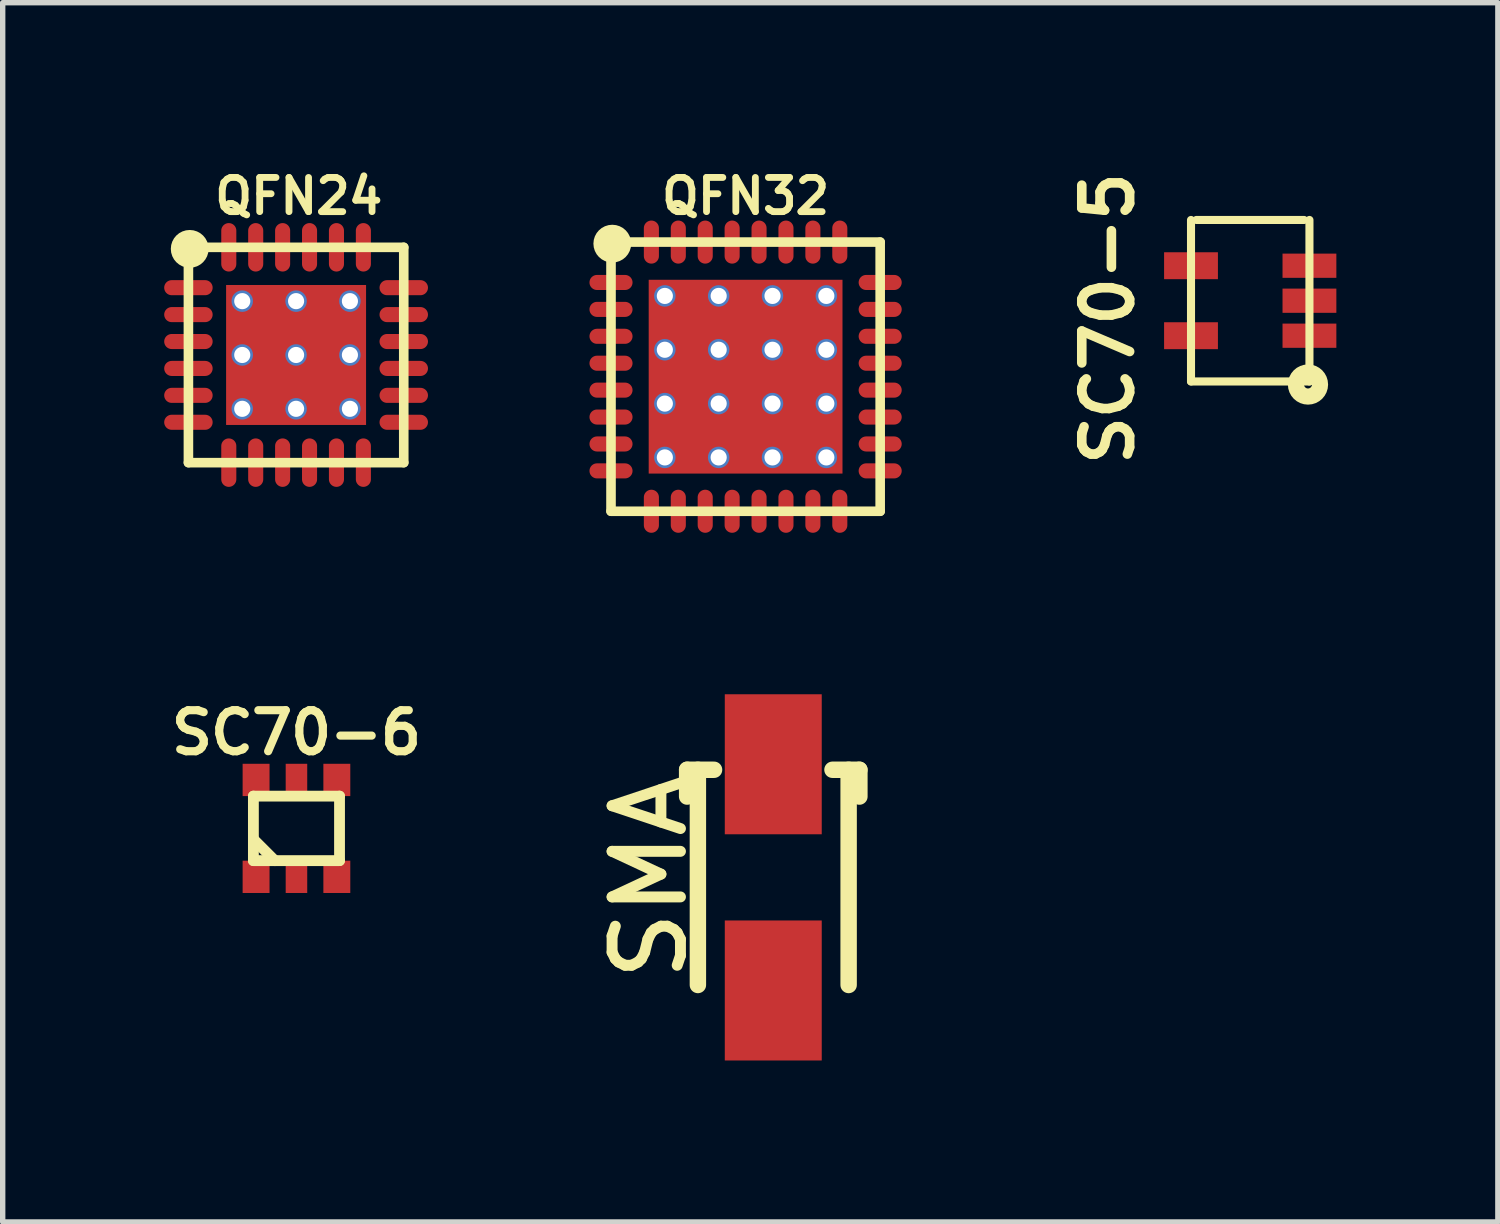
<source format=kicad_pcb>
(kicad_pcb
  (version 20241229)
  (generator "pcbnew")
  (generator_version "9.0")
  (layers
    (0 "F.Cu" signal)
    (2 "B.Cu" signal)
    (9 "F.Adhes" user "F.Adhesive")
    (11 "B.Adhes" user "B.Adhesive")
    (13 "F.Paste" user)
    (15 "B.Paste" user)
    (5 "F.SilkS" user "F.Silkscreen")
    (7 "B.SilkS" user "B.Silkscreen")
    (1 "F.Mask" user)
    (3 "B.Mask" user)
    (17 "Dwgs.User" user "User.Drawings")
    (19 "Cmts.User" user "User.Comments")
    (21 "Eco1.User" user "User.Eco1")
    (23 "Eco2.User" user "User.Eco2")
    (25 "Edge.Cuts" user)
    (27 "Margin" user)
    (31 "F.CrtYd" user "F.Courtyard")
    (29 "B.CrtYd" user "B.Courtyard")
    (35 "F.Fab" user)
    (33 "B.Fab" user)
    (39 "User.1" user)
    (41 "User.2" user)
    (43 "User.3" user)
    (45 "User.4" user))
  (footprint "QFN32"
    (layer "F.Cu")
    (at 10.8 3.947)
    (property "Reference" "QFN32" (at 0 -3.353 0) (layer "F.SilkS") (effects (font (size 0.635 0.635) (thickness 0.127))))
    (attr smd)
    (fp_line (start -2.5 -2.5) (end 2.5 -2.5) (stroke (width 0.178) (type solid)) (layer "F.SilkS"))
    (fp_line (start -2.5 2.5) (end -2.5 -2.5) (stroke (width 0.178) (type solid)) (layer "F.SilkS"))
    (fp_line (start 2.5 -2.5) (end 2.5 2.5) (stroke (width 0.178) (type solid)) (layer "F.SilkS"))
    (fp_line (start 2.5 2.5) (end -2.5 2.5) (stroke (width 0.178) (type solid)) (layer "F.SilkS"))
    (fp_circle (center -2.476 -2.471) (end -2.476 -2.27) (stroke (width 0.3) (type solid)) (fill no) (layer "F.SilkS"))
    (pad "" smd circle (at -1 -1 270) (size 0.762 0.762) (layers "F.Paste"))
    (pad "" smd circle (at -1 0 270) (size 0.762 0.762) (layers "F.Paste"))
    (pad "" smd circle (at -1 1 270) (size 0.762 0.762) (layers "F.Paste"))
    (pad "" smd circle (at 0 -1 270) (size 0.762 0.762) (layers "F.Paste"))
    (pad "" smd circle (at 0 0 270) (size 0.762 0.762) (layers "F.Paste"))
    (pad "" smd circle (at 0 1 270) (size 0.762 0.762) (layers "F.Paste"))
    (pad "" smd circle (at 1 -1 270) (size 0.762 0.762) (layers "F.Paste"))
    (pad "" smd circle (at 1 0 270) (size 0.762 0.762) (layers "F.Paste"))
    (pad "" smd circle (at 1 1 270) (size 0.762 0.762) (layers "F.Paste"))
    (pad "1" smd oval (at -2.5 -1.75) (size 0.8 0.28) (layers "F.Cu" "F.Mask" "F.Paste"))
    (pad "2" smd oval (at -2.5 -1.25) (size 0.8 0.28) (layers "F.Cu" "F.Mask" "F.Paste"))
    (pad "3" smd oval (at -2.5 -0.75) (size 0.8 0.28) (layers "F.Cu" "F.Mask" "F.Paste"))
    (pad "4" smd oval (at -2.5 -0.25) (size 0.8 0.28) (layers "F.Cu" "F.Mask" "F.Paste"))
    (pad "5" smd oval (at -2.5 0.25) (size 0.8 0.28) (layers "F.Cu" "F.Mask" "F.Paste"))
    (pad "6" smd oval (at -2.5 0.75) (size 0.8 0.28) (layers "F.Cu" "F.Mask" "F.Paste"))
    (pad "7" smd oval (at -2.5 1.25) (size 0.8 0.28) (layers "F.Cu" "F.Mask" "F.Paste"))
    (pad "8" smd oval (at -2.5 1.75) (size 0.8 0.28) (layers "F.Cu" "F.Mask" "F.Paste"))
    (pad "9" smd oval (at -1.75 2.5 90) (size 0.8 0.28) (layers "F.Cu" "F.Mask" "F.Paste"))
    (pad "10" smd oval (at -1.25 2.5 90) (size 0.8 0.28) (layers "F.Cu" "F.Mask" "F.Paste"))
    (pad "11" smd oval (at -0.75 2.5 90) (size 0.8 0.28) (layers "F.Cu" "F.Mask" "F.Paste"))
    (pad "12" smd oval (at -0.25 2.5 90) (size 0.8 0.28) (layers "F.Cu" "F.Mask" "F.Paste"))
    (pad "13" smd oval (at 0.25 2.5 90) (size 0.8 0.28) (layers "F.Cu" "F.Mask" "F.Paste"))
    (pad "14" smd oval (at 0.75 2.5 90) (size 0.8 0.28) (layers "F.Cu" "F.Mask" "F.Paste"))
    (pad "15" smd oval (at 1.25 2.5 90) (size 0.8 0.28) (layers "F.Cu" "F.Mask" "F.Paste"))
    (pad "16" smd oval (at 1.75 2.5 90) (size 0.8 0.28) (layers "F.Cu" "F.Mask" "F.Paste"))
    (pad "17" smd oval (at 2.5 1.75 180) (size 0.8 0.28) (layers "F.Cu" "F.Mask" "F.Paste"))
    (pad "18" smd oval (at 2.5 1.25 180) (size 0.8 0.28) (layers "F.Cu" "F.Mask" "F.Paste"))
    (pad "19" smd oval (at 2.5 0.75 180) (size 0.8 0.28) (layers "F.Cu" "F.Mask" "F.Paste"))
    (pad "20" smd oval (at 2.5 0.25 180) (size 0.8 0.28) (layers "F.Cu" "F.Mask" "F.Paste"))
    (pad "21" smd oval (at 2.5 -0.25 180) (size 0.8 0.28) (layers "F.Cu" "F.Mask" "F.Paste"))
    (pad "22" smd oval (at 2.5 -0.75 180) (size 0.8 0.28) (layers "F.Cu" "F.Mask" "F.Paste"))
    (pad "23" smd oval (at 2.5 -1.25 180) (size 0.8 0.28) (layers "F.Cu" "F.Mask" "F.Paste"))
    (pad "24" smd oval (at 2.5 -1.75 180) (size 0.8 0.28) (layers "F.Cu" "F.Mask" "F.Paste"))
    (pad "25" smd oval (at 1.75 -2.5 270) (size 0.8 0.28) (layers "F.Cu" "F.Mask" "F.Paste"))
    (pad "26" smd oval (at 1.25 -2.5 270) (size 0.8 0.28) (layers "F.Cu" "F.Mask" "F.Paste"))
    (pad "27" smd oval (at 0.75 -2.5 270) (size 0.8 0.28) (layers "F.Cu" "F.Mask" "F.Paste"))
    (pad "28" smd oval (at 0.25 -2.5 270) (size 0.8 0.28) (layers "F.Cu" "F.Mask" "F.Paste"))
    (pad "29" smd oval (at -0.25 -2.5 270) (size 0.8 0.28) (layers "F.Cu" "F.Mask" "F.Paste"))
    (pad "30" smd oval (at -0.75 -2.5 270) (size 0.8 0.28) (layers "F.Cu" "F.Mask" "F.Paste"))
    (pad "31" smd oval (at -1.25 -2.5 270) (size 0.8 0.28) (layers "F.Cu" "F.Mask" "F.Paste"))
    (pad "32" smd oval (at -1.75 -2.5 270) (size 0.8 0.28) (layers "F.Cu" "F.Mask" "F.Paste"))
    (pad "200" thru_hole circle (at -1.5 -1.5 90) (size 0.399 0.399) (drill 0.3) (layers "*.Cu"))
    (pad "200" thru_hole circle (at -1.5 -0.5 90) (size 0.399 0.399) (drill 0.3) (layers "*.Cu"))
    (pad "200" thru_hole circle (at -1.5 0.5 90) (size 0.399 0.399) (drill 0.3) (layers "*.Cu"))
    (pad "200" thru_hole circle (at -1.5 1.5 90) (size 0.399 0.399) (drill 0.3) (layers "*.Cu"))
    (pad "200" thru_hole circle (at -0.5 -1.5 90) (size 0.399 0.399) (drill 0.3) (layers "*.Cu"))
    (pad "200" thru_hole circle (at -0.5 -0.5 90) (size 0.399 0.399) (drill 0.3) (layers "*.Cu"))
    (pad "200" thru_hole circle (at -0.5 0.5 90) (size 0.399 0.399) (drill 0.3) (layers "*.Cu"))
    (pad "200" thru_hole circle (at -0.5 1.5 90) (size 0.399 0.399) (drill 0.3) (layers "*.Cu"))
    (pad "200" smd rect (at 0 0 270) (size 3.6 3.6) (layers "F.Cu" "F.Mask"))
    (pad "200" thru_hole circle (at 0.5 -1.5 90) (size 0.399 0.399) (drill 0.3) (layers "*.Cu"))
    (pad "200" thru_hole circle (at 0.5 -0.5 90) (size 0.399 0.399) (drill 0.3) (layers "*.Cu"))
    (pad "200" thru_hole circle (at 0.5 0.5 90) (size 0.399 0.399) (drill 0.3) (layers "*.Cu"))
    (pad "200" thru_hole circle (at 0.5 1.5 90) (size 0.399 0.399) (drill 0.3) (layers "*.Cu"))
    (pad "200" thru_hole circle (at 1.5 -1.5 90) (size 0.399 0.399) (drill 0.3) (layers "*.Cu"))
    (pad "200" thru_hole circle (at 1.5 -0.5 90) (size 0.399 0.399) (drill 0.3) (layers "*.Cu"))
    (pad "200" thru_hole circle (at 1.5 0.5 90) (size 0.399 0.399) (drill 0.3) (layers "*.Cu"))
    (pad "200" thru_hole circle (at 1.5 1.5 90) (size 0.399 0.399) (drill 0.3) (layers "*.Cu")))
  (footprint "QFN24"
    (layer "F.Cu")
    (at 2.45 3.544)
    (property "Reference" "QFN24" (at 0.05 -2.95 0) (layer "F.SilkS") (effects (font (size 0.635 0.635) (thickness 0.127))))
    (attr smd)
    (fp_line (start -2 -2) (end 2 -2) (stroke (width 0.178) (type solid)) (layer "F.SilkS"))
    (fp_line (start -2 2) (end -2 -2) (stroke (width 0.178) (type solid)) (layer "F.SilkS"))
    (fp_line (start 2 -2) (end 2 2) (stroke (width 0.178) (type solid)) (layer "F.SilkS"))
    (fp_line (start 2 2) (end -2 2) (stroke (width 0.178) (type solid)) (layer "F.SilkS"))
    (fp_circle (center -1.976 -1.971) (end -1.976 -1.77) (stroke (width 0.3) (type solid)) (fill no) (layer "F.SilkS"))
    (pad "" smd roundrect (at -0.5 -0.5 270) (size 0.9 0.9) (layers "F.Paste") (roundrect_rratio 0.25))
    (pad "" smd roundrect (at -0.5 0.5 270) (size 0.9 0.9) (layers "F.Paste") (roundrect_rratio 0.25))
    (pad "" smd roundrect (at 0.5 -0.5 270) (size 0.9 0.9) (layers "F.Paste") (roundrect_rratio 0.25))
    (pad "" smd roundrect (at 0.5 0.5 270) (size 0.9 0.9) (layers "F.Paste") (roundrect_rratio 0.25))
    (pad "1" smd oval (at -2 -1.25) (size 0.9 0.28) (layers "F.Cu" "F.Mask" "F.Paste"))
    (pad "2" smd oval (at -2 -0.75) (size 0.9 0.28) (layers "F.Cu" "F.Mask" "F.Paste"))
    (pad "3" smd oval (at -2 -0.25) (size 0.9 0.28) (layers "F.Cu" "F.Mask" "F.Paste"))
    (pad "4" smd oval (at -2 0.25) (size 0.9 0.28) (layers "F.Cu" "F.Mask" "F.Paste"))
    (pad "5" smd oval (at -2 0.75) (size 0.9 0.28) (layers "F.Cu" "F.Mask" "F.Paste"))
    (pad "6" smd oval (at -2 1.25) (size 0.9 0.28) (layers "F.Cu" "F.Mask" "F.Paste"))
    (pad "7" smd oval (at -1.25 2) (size 0.28 0.9) (layers "F.Cu" "F.Mask" "F.Paste"))
    (pad "8" smd oval (at -0.75 2) (size 0.28 0.9) (layers "F.Cu" "F.Mask" "F.Paste"))
    (pad "9" smd oval (at -0.25 2) (size 0.28 0.9) (layers "F.Cu" "F.Mask" "F.Paste"))
    (pad "10" smd oval (at 0.25 2) (size 0.28 0.9) (layers "F.Cu" "F.Mask" "F.Paste"))
    (pad "11" smd oval (at 0.75 2) (size 0.28 0.9) (layers "F.Cu" "F.Mask" "F.Paste"))
    (pad "12" smd oval (at 1.25 2) (size 0.28 0.9) (layers "F.Cu" "F.Mask" "F.Paste"))
    (pad "13" smd oval (at 2 1.25) (size 0.9 0.28) (layers "F.Cu" "F.Mask" "F.Paste"))
    (pad "14" smd oval (at 2 0.75) (size 0.9 0.28) (layers "F.Cu" "F.Mask" "F.Paste"))
    (pad "15" smd oval (at 2 0.25) (size 0.9 0.28) (layers "F.Cu" "F.Mask" "F.Paste"))
    (pad "16" smd oval (at 2 -0.25) (size 0.9 0.28) (layers "F.Cu" "F.Mask" "F.Paste"))
    (pad "17" smd oval (at 2 -0.75) (size 0.9 0.28) (layers "F.Cu" "F.Mask" "F.Paste"))
    (pad "18" smd oval (at 2 -1.25) (size 0.9 0.28) (layers "F.Cu" "F.Mask" "F.Paste"))
    (pad "19" smd oval (at 1.25 -2) (size 0.28 0.9) (layers "F.Cu" "F.Mask" "F.Paste"))
    (pad "20" smd oval (at 0.75 -2) (size 0.28 0.9) (layers "F.Cu" "F.Mask" "F.Paste"))
    (pad "21" smd oval (at 0.25 -2) (size 0.28 0.9) (layers "F.Cu" "F.Mask" "F.Paste"))
    (pad "22" smd oval (at -0.25 -2) (size 0.28 0.9) (layers "F.Cu" "F.Mask" "F.Paste"))
    (pad "23" smd oval (at -0.75 -2) (size 0.28 0.9) (layers "F.Cu" "F.Mask" "F.Paste"))
    (pad "24" smd oval (at -1.25 -2) (size 0.28 0.9) (layers "F.Cu" "F.Mask" "F.Paste"))
    (pad "Ep" thru_hole circle (at -1 -1 90) (size 0.399 0.399) (drill 0.3) (layers "*.Cu"))
    (pad "Ep" thru_hole circle (at -1 0 90) (size 0.399 0.399) (drill 0.3) (layers "*.Cu"))
    (pad "Ep" thru_hole circle (at -1 1 90) (size 0.399 0.399) (drill 0.3) (layers "*.Cu"))
    (pad "Ep" thru_hole circle (at 0 -1 90) (size 0.399 0.399) (drill 0.3) (layers "*.Cu"))
    (pad "Ep" thru_hole circle (at 0 0 90) (size 0.399 0.399) (drill 0.3) (layers "*.Cu"))
    (pad "Ep" smd rect (at 0 0) (size 2.6 2.6) (layers "F.Cu" "F.Mask"))
    (pad "Ep" thru_hole circle (at 0 1 90) (size 0.399 0.399) (drill 0.3) (layers "*.Cu"))
    (pad "Ep" thru_hole circle (at 1 -1 90) (size 0.399 0.399) (drill 0.3) (layers "*.Cu"))
    (pad "Ep" thru_hole circle (at 1 0 90) (size 0.399 0.399) (drill 0.3) (layers "*.Cu"))
    (pad "Ep" thru_hole circle (at 1 1 90) (size 0.399 0.399) (drill 0.3) (layers "*.Cu")))
  (footprint "SC70-5"
    (layer "F.Cu")
    (at 20.174 2.536)
    (property "Reference" "SC70-5" (at -2.642 0.33 90) (layer "F.SilkS") (effects (font (size 0.889 0.889) (thickness 0.178))))
    (attr smd)
    (fp_line (start -1.1 1.5) (end -1.1 -1.5) (stroke (width 0.15) (type solid)) (layer "F.SilkS"))
    (fp_line (start -1 -1.5) (end 1 -1.5) (stroke (width 0.15) (type solid)) (layer "F.SilkS"))
    (fp_line (start 1.1 -1.5) (end 1.1 1.5) (stroke (width 0.15) (type solid)) (layer "F.SilkS"))
    (fp_line (start 1.1 1.5) (end -1.1 1.5) (stroke (width 0.15) (type solid)) (layer "F.SilkS"))
    (fp_circle (center 1.073 1.557) (end 0.873 1.457) (stroke (width 0.3) (type solid)) (fill no) (layer "F.SilkS"))
    (pad "1" smd rect (at 1.1 0.65 90) (size 0.45 1) (layers "F.Cu" "F.Mask" "F.Paste"))
    (pad "2" smd rect (at 1.1 0 90) (size 0.45 1) (layers "F.Cu" "F.Mask" "F.Paste"))
    (pad "3" smd rect (at 1.1 -0.65 90) (size 0.45 1) (layers "F.Cu" "F.Mask" "F.Paste"))
    (pad "4" smd rect (at -1.1 -0.65 90) (size 0.5 1) (layers "F.Cu" "F.Mask" "F.Paste"))
    (pad "5" smd rect (at -1.1 0.65 90) (size 0.5 1) (layers "F.Cu" "F.Mask" "F.Paste")))
  (footprint "SMA"
    (layer "F.Cu")
    (at 11.314 13.248)
    (property "Reference" "SMA" (at -2.301 0 90) (layer "F.SilkS") (effects (font (size 1.27 1.27) (thickness 0.203))))
    (attr smd)
    (fp_line (start -1.6 -1.999) (end -1.6 -1.501) (stroke (width 0.305) (type solid)) (layer "F.SilkS"))
    (fp_line (start -1.4 -1.999) (end -1.4 1.999) (stroke (width 0.305) (type solid)) (layer "F.SilkS"))
    (fp_line (start -1.1 -1.999) (end -1.6 -1.999) (stroke (width 0.305) (type solid)) (layer "F.SilkS"))
    (fp_line (start 1.1 -1.999) (end 1.6 -1.999) (stroke (width 0.305) (type solid)) (layer "F.SilkS"))
    (fp_line (start 1.4 1.999) (end 1.4 -1.999) (stroke (width 0.305) (type solid)) (layer "F.SilkS"))
    (fp_line (start 1.6 -1.999) (end 1.6 -1.501) (stroke (width 0.305) (type solid)) (layer "F.SilkS"))
    (pad "1" smd rect (at 0 -2.101) (size 1.801 2.601) (layers "F.Cu" "F.Mask" "F.Paste"))
    (pad "2" smd rect (at 0 2.101) (size 1.801 2.601) (layers "F.Cu" "F.Mask" "F.Paste")))
  (footprint "SC70-6"
    (layer "F.Cu")
    (at 2.457 12.338)
    (property "Reference" "SC70-6" (at 0 -1.778 0) (layer "F.SilkS") (effects (font (size 0.762 0.762) (thickness 0.152))))
    (attr through_hole)
    (fp_line (start -0.8 -0.599) (end -0.8 0.599) (stroke (width 0.201) (type solid)) (layer "F.SilkS"))
    (fp_line (start -0.8 0.599) (end 0.8 0.599) (stroke (width 0.201) (type solid)) (layer "F.SilkS"))
    (fp_line (start -0.4 0.6) (end -0.8 0.2) (stroke (width 0.2) (type solid)) (layer "F.SilkS"))
    (fp_line (start 0.8 -0.599) (end -0.8 -0.599) (stroke (width 0.201) (type solid)) (layer "F.SilkS"))
    (fp_line (start 0.8 0.599) (end 0.8 -0.599) (stroke (width 0.201) (type solid)) (layer "F.SilkS"))
    (pad "1" smd rect (at -0.75 0.9) (size 0.5 0.6) (layers "F.Cu" "F.Mask" "F.Paste"))
    (pad "2" smd rect (at 0 0.9) (size 0.4 0.6) (layers "F.Cu" "F.Mask" "F.Paste"))
    (pad "3" smd rect (at 0.75 0.9) (size 0.5 0.6) (layers "F.Cu" "F.Mask" "F.Paste"))
    (pad "4" smd rect (at 0.75 -0.9) (size 0.5 0.6) (layers "F.Cu" "F.Mask" "F.Paste"))
    (pad "5" smd rect (at 0 -0.9) (size 0.4 0.6) (layers "F.Cu" "F.Mask" "F.Paste"))
    (pad "6" smd rect (at -0.75 -0.9) (size 0.5 0.6) (layers "F.Cu" "F.Mask" "F.Paste")))
  (gr_rect
    (start -3 -3)
    (end 24.774 19.649)
    (stroke (width 0.1) (type default))
    (fill no)
    (layer "Edge.Cuts")))
</source>
